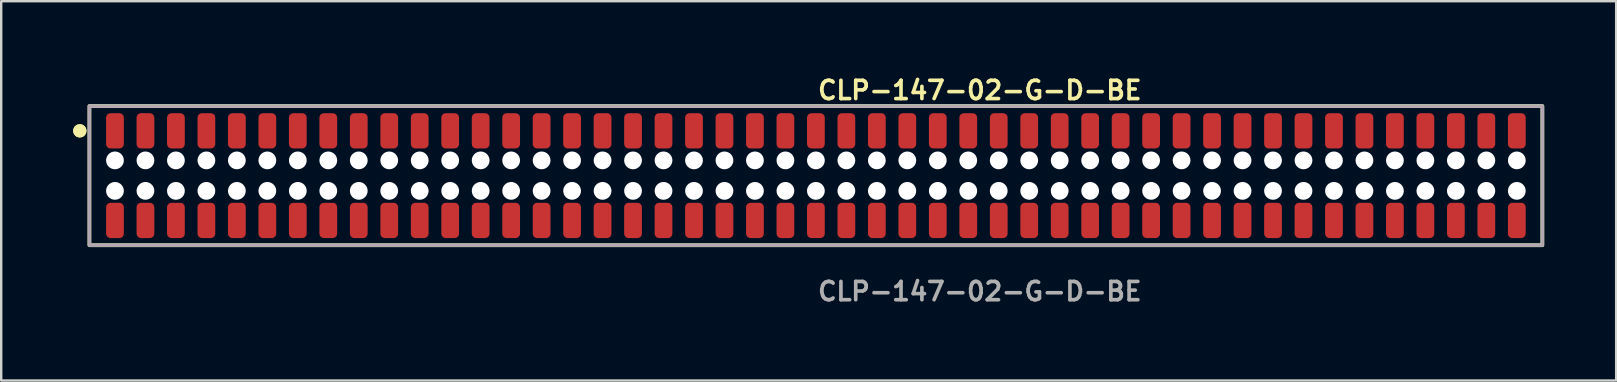
<source format=kicad_pcb>
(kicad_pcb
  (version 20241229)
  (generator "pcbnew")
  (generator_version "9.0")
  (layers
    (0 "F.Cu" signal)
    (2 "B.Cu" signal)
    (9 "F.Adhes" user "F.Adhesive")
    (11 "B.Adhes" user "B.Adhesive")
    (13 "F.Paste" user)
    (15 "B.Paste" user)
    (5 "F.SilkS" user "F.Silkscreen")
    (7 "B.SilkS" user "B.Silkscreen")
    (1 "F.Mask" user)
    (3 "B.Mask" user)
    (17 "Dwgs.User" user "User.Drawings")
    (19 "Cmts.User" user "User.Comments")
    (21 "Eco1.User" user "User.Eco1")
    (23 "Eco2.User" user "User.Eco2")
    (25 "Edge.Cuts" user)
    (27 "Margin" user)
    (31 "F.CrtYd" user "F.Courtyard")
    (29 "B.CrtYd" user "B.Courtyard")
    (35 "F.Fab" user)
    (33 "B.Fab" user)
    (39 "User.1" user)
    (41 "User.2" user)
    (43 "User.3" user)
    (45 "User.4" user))
  (footprint "CLP-147-02-G-D-BE"
    (layer "F.Cu")
    (at 30.951 4.269)
    (property "Reference" "CLP-147-02-G-D-BE" (at 0 -3.556 0) (unlocked yes) (layer "F.SilkS") (effects (font (size 0.762 0.762) (thickness 0.152)) (justify left)))
    (fp_rect (start -30.275 2.9) (end 30.275 -2.9) (stroke (width 0.152) (type solid)) (fill no) (layer "F.SilkS"))
    (fp_circle (center -30.675 -1.867) (end -30.875 -1.867) (stroke (width 0.152) (type solid)) (fill yes) (layer "F.SilkS"))
    (fp_circle (center -30.675 -1.867) (end -30.875 -1.867) (stroke (width 0.152) (type solid)) (fill yes) (layer "F.SilkS"))
    (fp_rect (start -30.275 2.9) (end 30.275 -2.9) (stroke (width 0.006) (type solid)) (fill no) (layer "F.CrtYd"))
    (fp_rect (start -30.275 2.9) (end 30.275 -2.9) (stroke (width 0.152) (type solid)) (fill no) (layer "F.Fab"))
    (fp_text user "${REFERENCE}" (at 0 4.826 0) (unlocked yes) (layer "F.Fab") (effects (font (size 0.762 0.762) (thickness 0.152)) (justify left)))
    (pad "" np_thru_hole circle (at -29.21 -0.635) (size 0.74 0.74) (drill 0.74) (layers "*.Cu" "*.Mask"))
    (pad "" np_thru_hole circle (at -29.21 0.635) (size 0.74 0.74) (drill 0.74) (layers "*.Cu" "*.Mask"))
    (pad "" np_thru_hole circle (at -27.94 -0.635) (size 0.74 0.74) (drill 0.74) (layers "*.Cu" "*.Mask"))
    (pad "" np_thru_hole circle (at -27.94 0.635) (size 0.74 0.74) (drill 0.74) (layers "*.Cu" "*.Mask"))
    (pad "" np_thru_hole circle (at -26.67 -0.635) (size 0.74 0.74) (drill 0.74) (layers "*.Cu" "*.Mask"))
    (pad "" np_thru_hole circle (at -26.67 0.635) (size 0.74 0.74) (drill 0.74) (layers "*.Cu" "*.Mask"))
    (pad "" np_thru_hole circle (at -25.4 -0.635) (size 0.74 0.74) (drill 0.74) (layers "*.Cu" "*.Mask"))
    (pad "" np_thru_hole circle (at -25.4 0.635) (size 0.74 0.74) (drill 0.74) (layers "*.Cu" "*.Mask"))
    (pad "" np_thru_hole circle (at -24.13 -0.635) (size 0.74 0.74) (drill 0.74) (layers "*.Cu" "*.Mask"))
    (pad "" np_thru_hole circle (at -24.13 0.635) (size 0.74 0.74) (drill 0.74) (layers "*.Cu" "*.Mask"))
    (pad "" np_thru_hole circle (at -22.86 -0.635) (size 0.74 0.74) (drill 0.74) (layers "*.Cu" "*.Mask"))
    (pad "" np_thru_hole circle (at -22.86 0.635) (size 0.74 0.74) (drill 0.74) (layers "*.Cu" "*.Mask"))
    (pad "" np_thru_hole circle (at -21.59 -0.635) (size 0.74 0.74) (drill 0.74) (layers "*.Cu" "*.Mask"))
    (pad "" np_thru_hole circle (at -21.59 0.635) (size 0.74 0.74) (drill 0.74) (layers "*.Cu" "*.Mask"))
    (pad "" np_thru_hole circle (at -20.32 -0.635) (size 0.74 0.74) (drill 0.74) (layers "*.Cu" "*.Mask"))
    (pad "" np_thru_hole circle (at -20.32 0.635) (size 0.74 0.74) (drill 0.74) (layers "*.Cu" "*.Mask"))
    (pad "" np_thru_hole circle (at -19.05 -0.635) (size 0.74 0.74) (drill 0.74) (layers "*.Cu" "*.Mask"))
    (pad "" np_thru_hole circle (at -19.05 0.635) (size 0.74 0.74) (drill 0.74) (layers "*.Cu" "*.Mask"))
    (pad "" np_thru_hole circle (at -17.78 -0.635) (size 0.74 0.74) (drill 0.74) (layers "*.Cu" "*.Mask"))
    (pad "" np_thru_hole circle (at -17.78 0.635) (size 0.74 0.74) (drill 0.74) (layers "*.Cu" "*.Mask"))
    (pad "" np_thru_hole circle (at -16.51 -0.635) (size 0.74 0.74) (drill 0.74) (layers "*.Cu" "*.Mask"))
    (pad "" np_thru_hole circle (at -16.51 0.635) (size 0.74 0.74) (drill 0.74) (layers "*.Cu" "*.Mask"))
    (pad "" np_thru_hole circle (at -15.24 -0.635) (size 0.74 0.74) (drill 0.74) (layers "*.Cu" "*.Mask"))
    (pad "" np_thru_hole circle (at -15.24 0.635) (size 0.74 0.74) (drill 0.74) (layers "*.Cu" "*.Mask"))
    (pad "" np_thru_hole circle (at -13.97 -0.635) (size 0.74 0.74) (drill 0.74) (layers "*.Cu" "*.Mask"))
    (pad "" np_thru_hole circle (at -13.97 0.635) (size 0.74 0.74) (drill 0.74) (layers "*.Cu" "*.Mask"))
    (pad "" np_thru_hole circle (at -12.7 -0.635) (size 0.74 0.74) (drill 0.74) (layers "*.Cu" "*.Mask"))
    (pad "" np_thru_hole circle (at -12.7 0.635) (size 0.74 0.74) (drill 0.74) (layers "*.Cu" "*.Mask"))
    (pad "" np_thru_hole circle (at -11.43 -0.635) (size 0.74 0.74) (drill 0.74) (layers "*.Cu" "*.Mask"))
    (pad "" np_thru_hole circle (at -11.43 0.635) (size 0.74 0.74) (drill 0.74) (layers "*.Cu" "*.Mask"))
    (pad "" np_thru_hole circle (at -10.16 -0.635) (size 0.74 0.74) (drill 0.74) (layers "*.Cu" "*.Mask"))
    (pad "" np_thru_hole circle (at -10.16 0.635) (size 0.74 0.74) (drill 0.74) (layers "*.Cu" "*.Mask"))
    (pad "" np_thru_hole circle (at -8.89 -0.635) (size 0.74 0.74) (drill 0.74) (layers "*.Cu" "*.Mask"))
    (pad "" np_thru_hole circle (at -8.89 0.635) (size 0.74 0.74) (drill 0.74) (layers "*.Cu" "*.Mask"))
    (pad "" np_thru_hole circle (at -7.62 -0.635) (size 0.74 0.74) (drill 0.74) (layers "*.Cu" "*.Mask"))
    (pad "" np_thru_hole circle (at -7.62 0.635) (size 0.74 0.74) (drill 0.74) (layers "*.Cu" "*.Mask"))
    (pad "" np_thru_hole circle (at -6.35 -0.635) (size 0.74 0.74) (drill 0.74) (layers "*.Cu" "*.Mask"))
    (pad "" np_thru_hole circle (at -6.35 0.635) (size 0.74 0.74) (drill 0.74) (layers "*.Cu" "*.Mask"))
    (pad "" np_thru_hole circle (at -5.08 -0.635) (size 0.74 0.74) (drill 0.74) (layers "*.Cu" "*.Mask"))
    (pad "" np_thru_hole circle (at -5.08 0.635) (size 0.74 0.74) (drill 0.74) (layers "*.Cu" "*.Mask"))
    (pad "" np_thru_hole circle (at -3.81 -0.635) (size 0.74 0.74) (drill 0.74) (layers "*.Cu" "*.Mask"))
    (pad "" np_thru_hole circle (at -3.81 0.635) (size 0.74 0.74) (drill 0.74) (layers "*.Cu" "*.Mask"))
    (pad "" np_thru_hole circle (at -2.54 -0.635) (size 0.74 0.74) (drill 0.74) (layers "*.Cu" "*.Mask"))
    (pad "" np_thru_hole circle (at -2.54 0.635) (size 0.74 0.74) (drill 0.74) (layers "*.Cu" "*.Mask"))
    (pad "" np_thru_hole circle (at -1.27 -0.635) (size 0.74 0.74) (drill 0.74) (layers "*.Cu" "*.Mask"))
    (pad "" np_thru_hole circle (at -1.27 0.635) (size 0.74 0.74) (drill 0.74) (layers "*.Cu" "*.Mask"))
    (pad "" np_thru_hole circle (at 0 -0.635) (size 0.74 0.74) (drill 0.74) (layers "*.Cu" "*.Mask"))
    (pad "" np_thru_hole circle (at 0 0.635) (size 0.74 0.74) (drill 0.74) (layers "*.Cu" "*.Mask"))
    (pad "" np_thru_hole circle (at 1.27 -0.635) (size 0.74 0.74) (drill 0.74) (layers "*.Cu" "*.Mask"))
    (pad "" np_thru_hole circle (at 1.27 0.635) (size 0.74 0.74) (drill 0.74) (layers "*.Cu" "*.Mask"))
    (pad "" np_thru_hole circle (at 2.54 -0.635) (size 0.74 0.74) (drill 0.74) (layers "*.Cu" "*.Mask"))
    (pad "" np_thru_hole circle (at 2.54 0.635) (size 0.74 0.74) (drill 0.74) (layers "*.Cu" "*.Mask"))
    (pad "" np_thru_hole circle (at 3.81 -0.635) (size 0.74 0.74) (drill 0.74) (layers "*.Cu" "*.Mask"))
    (pad "" np_thru_hole circle (at 3.81 0.635) (size 0.74 0.74) (drill 0.74) (layers "*.Cu" "*.Mask"))
    (pad "" np_thru_hole circle (at 5.08 -0.635) (size 0.74 0.74) (drill 0.74) (layers "*.Cu" "*.Mask"))
    (pad "" np_thru_hole circle (at 5.08 0.635) (size 0.74 0.74) (drill 0.74) (layers "*.Cu" "*.Mask"))
    (pad "" np_thru_hole circle (at 6.35 -0.635) (size 0.74 0.74) (drill 0.74) (layers "*.Cu" "*.Mask"))
    (pad "" np_thru_hole circle (at 6.35 0.635) (size 0.74 0.74) (drill 0.74) (layers "*.Cu" "*.Mask"))
    (pad "" np_thru_hole circle (at 7.62 -0.635) (size 0.74 0.74) (drill 0.74) (layers "*.Cu" "*.Mask"))
    (pad "" np_thru_hole circle (at 7.62 0.635) (size 0.74 0.74) (drill 0.74) (layers "*.Cu" "*.Mask"))
    (pad "" np_thru_hole circle (at 8.89 -0.635) (size 0.74 0.74) (drill 0.74) (layers "*.Cu" "*.Mask"))
    (pad "" np_thru_hole circle (at 8.89 0.635) (size 0.74 0.74) (drill 0.74) (layers "*.Cu" "*.Mask"))
    (pad "" np_thru_hole circle (at 10.16 -0.635) (size 0.74 0.74) (drill 0.74) (layers "*.Cu" "*.Mask"))
    (pad "" np_thru_hole circle (at 10.16 0.635) (size 0.74 0.74) (drill 0.74) (layers "*.Cu" "*.Mask"))
    (pad "" np_thru_hole circle (at 11.43 -0.635) (size 0.74 0.74) (drill 0.74) (layers "*.Cu" "*.Mask"))
    (pad "" np_thru_hole circle (at 11.43 0.635) (size 0.74 0.74) (drill 0.74) (layers "*.Cu" "*.Mask"))
    (pad "" np_thru_hole circle (at 12.7 -0.635) (size 0.74 0.74) (drill 0.74) (layers "*.Cu" "*.Mask"))
    (pad "" np_thru_hole circle (at 12.7 0.635) (size 0.74 0.74) (drill 0.74) (layers "*.Cu" "*.Mask"))
    (pad "" np_thru_hole circle (at 13.97 -0.635) (size 0.74 0.74) (drill 0.74) (layers "*.Cu" "*.Mask"))
    (pad "" np_thru_hole circle (at 13.97 0.635) (size 0.74 0.74) (drill 0.74) (layers "*.Cu" "*.Mask"))
    (pad "" np_thru_hole circle (at 15.24 -0.635) (size 0.74 0.74) (drill 0.74) (layers "*.Cu" "*.Mask"))
    (pad "" np_thru_hole circle (at 15.24 0.635) (size 0.74 0.74) (drill 0.74) (layers "*.Cu" "*.Mask"))
    (pad "" np_thru_hole circle (at 16.51 -0.635) (size 0.74 0.74) (drill 0.74) (layers "*.Cu" "*.Mask"))
    (pad "" np_thru_hole circle (at 16.51 0.635) (size 0.74 0.74) (drill 0.74) (layers "*.Cu" "*.Mask"))
    (pad "" np_thru_hole circle (at 17.78 -0.635) (size 0.74 0.74) (drill 0.74) (layers "*.Cu" "*.Mask"))
    (pad "" np_thru_hole circle (at 17.78 0.635) (size 0.74 0.74) (drill 0.74) (layers "*.Cu" "*.Mask"))
    (pad "" np_thru_hole circle (at 19.05 -0.635) (size 0.74 0.74) (drill 0.74) (layers "*.Cu" "*.Mask"))
    (pad "" np_thru_hole circle (at 19.05 0.635) (size 0.74 0.74) (drill 0.74) (layers "*.Cu" "*.Mask"))
    (pad "" np_thru_hole circle (at 20.32 -0.635) (size 0.74 0.74) (drill 0.74) (layers "*.Cu" "*.Mask"))
    (pad "" np_thru_hole circle (at 20.32 0.635) (size 0.74 0.74) (drill 0.74) (layers "*.Cu" "*.Mask"))
    (pad "" np_thru_hole circle (at 21.59 -0.635) (size 0.74 0.74) (drill 0.74) (layers "*.Cu" "*.Mask"))
    (pad "" np_thru_hole circle (at 21.59 0.635) (size 0.74 0.74) (drill 0.74) (layers "*.Cu" "*.Mask"))
    (pad "" np_thru_hole circle (at 22.86 -0.635) (size 0.74 0.74) (drill 0.74) (layers "*.Cu" "*.Mask"))
    (pad "" np_thru_hole circle (at 22.86 0.635) (size 0.74 0.74) (drill 0.74) (layers "*.Cu" "*.Mask"))
    (pad "" np_thru_hole circle (at 24.13 -0.635) (size 0.74 0.74) (drill 0.74) (layers "*.Cu" "*.Mask"))
    (pad "" np_thru_hole circle (at 24.13 0.635) (size 0.74 0.74) (drill 0.74) (layers "*.Cu" "*.Mask"))
    (pad "" np_thru_hole circle (at 25.4 -0.635) (size 0.74 0.74) (drill 0.74) (layers "*.Cu" "*.Mask"))
    (pad "" np_thru_hole circle (at 25.4 0.635) (size 0.74 0.74) (drill 0.74) (layers "*.Cu" "*.Mask"))
    (pad "" np_thru_hole circle (at 26.67 -0.635) (size 0.74 0.74) (drill 0.74) (layers "*.Cu" "*.Mask"))
    (pad "" np_thru_hole circle (at 26.67 0.635) (size 0.74 0.74) (drill 0.74) (layers "*.Cu" "*.Mask"))
    (pad "" np_thru_hole circle (at 27.94 -0.635) (size 0.74 0.74) (drill 0.74) (layers "*.Cu" "*.Mask"))
    (pad "" np_thru_hole circle (at 27.94 0.635) (size 0.74 0.74) (drill 0.74) (layers "*.Cu" "*.Mask"))
    (pad "" np_thru_hole circle (at 29.21 -0.635) (size 0.74 0.74) (drill 0.74) (layers "*.Cu" "*.Mask"))
    (pad "" np_thru_hole circle (at 29.21 0.635) (size 0.74 0.74) (drill 0.74) (layers "*.Cu" "*.Mask"))
    (pad "1" smd roundrect (at -29.21 -1.867) (size 0.74 1.47) (layers "F.Cu" "F.Paste") (roundrect_rratio 0.25))
    (pad "2" smd roundrect (at -29.21 1.867) (size 0.74 1.47) (layers "F.Cu" "F.Paste") (roundrect_rratio 0.25))
    (pad "3" smd roundrect (at -27.94 -1.867) (size 0.74 1.47) (layers "F.Cu" "F.Paste") (roundrect_rratio 0.25))
    (pad "4" smd roundrect (at -27.94 1.867) (size 0.74 1.47) (layers "F.Cu" "F.Paste") (roundrect_rratio 0.25))
    (pad "5" smd roundrect (at -26.67 -1.867) (size 0.74 1.47) (layers "F.Cu" "F.Paste") (roundrect_rratio 0.25))
    (pad "6" smd roundrect (at -26.67 1.867) (size 0.74 1.47) (layers "F.Cu" "F.Paste") (roundrect_rratio 0.25))
    (pad "7" smd roundrect (at -25.4 -1.867) (size 0.74 1.47) (layers "F.Cu" "F.Paste") (roundrect_rratio 0.25))
    (pad "8" smd roundrect (at -25.4 1.867) (size 0.74 1.47) (layers "F.Cu" "F.Paste") (roundrect_rratio 0.25))
    (pad "9" smd roundrect (at -24.13 -1.867) (size 0.74 1.47) (layers "F.Cu" "F.Paste") (roundrect_rratio 0.25))
    (pad "10" smd roundrect (at -24.13 1.867) (size 0.74 1.47) (layers "F.Cu" "F.Paste") (roundrect_rratio 0.25))
    (pad "11" smd roundrect (at -22.86 -1.867) (size 0.74 1.47) (layers "F.Cu" "F.Paste") (roundrect_rratio 0.25))
    (pad "12" smd roundrect (at -22.86 1.867) (size 0.74 1.47) (layers "F.Cu" "F.Paste") (roundrect_rratio 0.25))
    (pad "13" smd roundrect (at -21.59 -1.867) (size 0.74 1.47) (layers "F.Cu" "F.Paste") (roundrect_rratio 0.25))
    (pad "14" smd roundrect (at -21.59 1.867) (size 0.74 1.47) (layers "F.Cu" "F.Paste") (roundrect_rratio 0.25))
    (pad "15" smd roundrect (at -20.32 -1.867) (size 0.74 1.47) (layers "F.Cu" "F.Paste") (roundrect_rratio 0.25))
    (pad "16" smd roundrect (at -20.32 1.867) (size 0.74 1.47) (layers "F.Cu" "F.Paste") (roundrect_rratio 0.25))
    (pad "17" smd roundrect (at -19.05 -1.867) (size 0.74 1.47) (layers "F.Cu" "F.Paste") (roundrect_rratio 0.25))
    (pad "18" smd roundrect (at -19.05 1.867) (size 0.74 1.47) (layers "F.Cu" "F.Paste") (roundrect_rratio 0.25))
    (pad "19" smd roundrect (at -17.78 -1.867) (size 0.74 1.47) (layers "F.Cu" "F.Paste") (roundrect_rratio 0.25))
    (pad "20" smd roundrect (at -17.78 1.867) (size 0.74 1.47) (layers "F.Cu" "F.Paste") (roundrect_rratio 0.25))
    (pad "21" smd roundrect (at -16.51 -1.867) (size 0.74 1.47) (layers "F.Cu" "F.Paste") (roundrect_rratio 0.25))
    (pad "22" smd roundrect (at -16.51 1.867) (size 0.74 1.47) (layers "F.Cu" "F.Paste") (roundrect_rratio 0.25))
    (pad "23" smd roundrect (at -15.24 -1.867) (size 0.74 1.47) (layers "F.Cu" "F.Paste") (roundrect_rratio 0.25))
    (pad "24" smd roundrect (at -15.24 1.867) (size 0.74 1.47) (layers "F.Cu" "F.Paste") (roundrect_rratio 0.25))
    (pad "25" smd roundrect (at -13.97 -1.867) (size 0.74 1.47) (layers "F.Cu" "F.Paste") (roundrect_rratio 0.25))
    (pad "26" smd roundrect (at -13.97 1.867) (size 0.74 1.47) (layers "F.Cu" "F.Paste") (roundrect_rratio 0.25))
    (pad "27" smd roundrect (at -12.7 -1.867) (size 0.74 1.47) (layers "F.Cu" "F.Paste") (roundrect_rratio 0.25))
    (pad "28" smd roundrect (at -12.7 1.867) (size 0.74 1.47) (layers "F.Cu" "F.Paste") (roundrect_rratio 0.25))
    (pad "29" smd roundrect (at -11.43 -1.867) (size 0.74 1.47) (layers "F.Cu" "F.Paste") (roundrect_rratio 0.25))
    (pad "30" smd roundrect (at -11.43 1.867) (size 0.74 1.47) (layers "F.Cu" "F.Paste") (roundrect_rratio 0.25))
    (pad "31" smd roundrect (at -10.16 -1.867) (size 0.74 1.47) (layers "F.Cu" "F.Paste") (roundrect_rratio 0.25))
    (pad "32" smd roundrect (at -10.16 1.867) (size 0.74 1.47) (layers "F.Cu" "F.Paste") (roundrect_rratio 0.25))
    (pad "33" smd roundrect (at -8.89 -1.867) (size 0.74 1.47) (layers "F.Cu" "F.Paste") (roundrect_rratio 0.25))
    (pad "34" smd roundrect (at -8.89 1.867) (size 0.74 1.47) (layers "F.Cu" "F.Paste") (roundrect_rratio 0.25))
    (pad "35" smd roundrect (at -7.62 -1.867) (size 0.74 1.47) (layers "F.Cu" "F.Paste") (roundrect_rratio 0.25))
    (pad "36" smd roundrect (at -7.62 1.867) (size 0.74 1.47) (layers "F.Cu" "F.Paste") (roundrect_rratio 0.25))
    (pad "37" smd roundrect (at -6.35 -1.867) (size 0.74 1.47) (layers "F.Cu" "F.Paste") (roundrect_rratio 0.25))
    (pad "38" smd roundrect (at -6.35 1.867) (size 0.74 1.47) (layers "F.Cu" "F.Paste") (roundrect_rratio 0.25))
    (pad "39" smd roundrect (at -5.08 -1.867) (size 0.74 1.47) (layers "F.Cu" "F.Paste") (roundrect_rratio 0.25))
    (pad "40" smd roundrect (at -5.08 1.867) (size 0.74 1.47) (layers "F.Cu" "F.Paste") (roundrect_rratio 0.25))
    (pad "41" smd roundrect (at -3.81 -1.867) (size 0.74 1.47) (layers "F.Cu" "F.Paste") (roundrect_rratio 0.25))
    (pad "42" smd roundrect (at -3.81 1.867) (size 0.74 1.47) (layers "F.Cu" "F.Paste") (roundrect_rratio 0.25))
    (pad "43" smd roundrect (at -2.54 -1.867) (size 0.74 1.47) (layers "F.Cu" "F.Paste") (roundrect_rratio 0.25))
    (pad "44" smd roundrect (at -2.54 1.867) (size 0.74 1.47) (layers "F.Cu" "F.Paste") (roundrect_rratio 0.25))
    (pad "45" smd roundrect (at -1.27 -1.867) (size 0.74 1.47) (layers "F.Cu" "F.Paste") (roundrect_rratio 0.25))
    (pad "46" smd roundrect (at -1.27 1.867) (size 0.74 1.47) (layers "F.Cu" "F.Paste") (roundrect_rratio 0.25))
    (pad "47" smd roundrect (at 0 -1.867) (size 0.74 1.47) (layers "F.Cu" "F.Paste") (roundrect_rratio 0.25))
    (pad "48" smd roundrect (at 0 1.867) (size 0.74 1.47) (layers "F.Cu" "F.Paste") (roundrect_rratio 0.25))
    (pad "49" smd roundrect (at 1.27 -1.867) (size 0.74 1.47) (layers "F.Cu" "F.Paste") (roundrect_rratio 0.25))
    (pad "50" smd roundrect (at 1.27 1.867) (size 0.74 1.47) (layers "F.Cu" "F.Paste") (roundrect_rratio 0.25))
    (pad "51" smd roundrect (at 2.54 -1.867) (size 0.74 1.47) (layers "F.Cu" "F.Paste") (roundrect_rratio 0.25))
    (pad "52" smd roundrect (at 2.54 1.867) (size 0.74 1.47) (layers "F.Cu" "F.Paste") (roundrect_rratio 0.25))
    (pad "53" smd roundrect (at 3.81 -1.867) (size 0.74 1.47) (layers "F.Cu" "F.Paste") (roundrect_rratio 0.25))
    (pad "54" smd roundrect (at 3.81 1.867) (size 0.74 1.47) (layers "F.Cu" "F.Paste") (roundrect_rratio 0.25))
    (pad "55" smd roundrect (at 5.08 -1.867) (size 0.74 1.47) (layers "F.Cu" "F.Paste") (roundrect_rratio 0.25))
    (pad "56" smd roundrect (at 5.08 1.867) (size 0.74 1.47) (layers "F.Cu" "F.Paste") (roundrect_rratio 0.25))
    (pad "57" smd roundrect (at 6.35 -1.867) (size 0.74 1.47) (layers "F.Cu" "F.Paste") (roundrect_rratio 0.25))
    (pad "58" smd roundrect (at 6.35 1.867) (size 0.74 1.47) (layers "F.Cu" "F.Paste") (roundrect_rratio 0.25))
    (pad "59" smd roundrect (at 7.62 -1.867) (size 0.74 1.47) (layers "F.Cu" "F.Paste") (roundrect_rratio 0.25))
    (pad "60" smd roundrect (at 7.62 1.867) (size 0.74 1.47) (layers "F.Cu" "F.Paste") (roundrect_rratio 0.25))
    (pad "61" smd roundrect (at 8.89 -1.867) (size 0.74 1.47) (layers "F.Cu" "F.Paste") (roundrect_rratio 0.25))
    (pad "62" smd roundrect (at 8.89 1.867) (size 0.74 1.47) (layers "F.Cu" "F.Paste") (roundrect_rratio 0.25))
    (pad "63" smd roundrect (at 10.16 -1.867) (size 0.74 1.47) (layers "F.Cu" "F.Paste") (roundrect_rratio 0.25))
    (pad "64" smd roundrect (at 10.16 1.867) (size 0.74 1.47) (layers "F.Cu" "F.Paste") (roundrect_rratio 0.25))
    (pad "65" smd roundrect (at 11.43 -1.867) (size 0.74 1.47) (layers "F.Cu" "F.Paste") (roundrect_rratio 0.25))
    (pad "66" smd roundrect (at 11.43 1.867) (size 0.74 1.47) (layers "F.Cu" "F.Paste") (roundrect_rratio 0.25))
    (pad "67" smd roundrect (at 12.7 -1.867) (size 0.74 1.47) (layers "F.Cu" "F.Paste") (roundrect_rratio 0.25))
    (pad "68" smd roundrect (at 12.7 1.867) (size 0.74 1.47) (layers "F.Cu" "F.Paste") (roundrect_rratio 0.25))
    (pad "69" smd roundrect (at 13.97 -1.867) (size 0.74 1.47) (layers "F.Cu" "F.Paste") (roundrect_rratio 0.25))
    (pad "70" smd roundrect (at 13.97 1.867) (size 0.74 1.47) (layers "F.Cu" "F.Paste") (roundrect_rratio 0.25))
    (pad "71" smd roundrect (at 15.24 -1.867) (size 0.74 1.47) (layers "F.Cu" "F.Paste") (roundrect_rratio 0.25))
    (pad "72" smd roundrect (at 15.24 1.867) (size 0.74 1.47) (layers "F.Cu" "F.Paste") (roundrect_rratio 0.25))
    (pad "73" smd roundrect (at 16.51 -1.867) (size 0.74 1.47) (layers "F.Cu" "F.Paste") (roundrect_rratio 0.25))
    (pad "74" smd roundrect (at 16.51 1.867) (size 0.74 1.47) (layers "F.Cu" "F.Paste") (roundrect_rratio 0.25))
    (pad "75" smd roundrect (at 17.78 -1.867) (size 0.74 1.47) (layers "F.Cu" "F.Paste") (roundrect_rratio 0.25))
    (pad "76" smd roundrect (at 17.78 1.867) (size 0.74 1.47) (layers "F.Cu" "F.Paste") (roundrect_rratio 0.25))
    (pad "77" smd roundrect (at 19.05 -1.867) (size 0.74 1.47) (layers "F.Cu" "F.Paste") (roundrect_rratio 0.25))
    (pad "78" smd roundrect (at 19.05 1.867) (size 0.74 1.47) (layers "F.Cu" "F.Paste") (roundrect_rratio 0.25))
    (pad "79" smd roundrect (at 20.32 -1.867) (size 0.74 1.47) (layers "F.Cu" "F.Paste") (roundrect_rratio 0.25))
    (pad "80" smd roundrect (at 20.32 1.867) (size 0.74 1.47) (layers "F.Cu" "F.Paste") (roundrect_rratio 0.25))
    (pad "81" smd roundrect (at 21.59 -1.867) (size 0.74 1.47) (layers "F.Cu" "F.Paste") (roundrect_rratio 0.25))
    (pad "82" smd roundrect (at 21.59 1.867) (size 0.74 1.47) (layers "F.Cu" "F.Paste") (roundrect_rratio 0.25))
    (pad "83" smd roundrect (at 22.86 -1.867) (size 0.74 1.47) (layers "F.Cu" "F.Paste") (roundrect_rratio 0.25))
    (pad "84" smd roundrect (at 22.86 1.867) (size 0.74 1.47) (layers "F.Cu" "F.Paste") (roundrect_rratio 0.25))
    (pad "85" smd roundrect (at 24.13 -1.867) (size 0.74 1.47) (layers "F.Cu" "F.Paste") (roundrect_rratio 0.25))
    (pad "86" smd roundrect (at 24.13 1.867) (size 0.74 1.47) (layers "F.Cu" "F.Paste") (roundrect_rratio 0.25))
    (pad "87" smd roundrect (at 25.4 -1.867) (size 0.74 1.47) (layers "F.Cu" "F.Paste") (roundrect_rratio 0.25))
    (pad "88" smd roundrect (at 25.4 1.867) (size 0.74 1.47) (layers "F.Cu" "F.Paste") (roundrect_rratio 0.25))
    (pad "89" smd roundrect (at 26.67 -1.867) (size 0.74 1.47) (layers "F.Cu" "F.Paste") (roundrect_rratio 0.25))
    (pad "90" smd roundrect (at 26.67 1.867) (size 0.74 1.47) (layers "F.Cu" "F.Paste") (roundrect_rratio 0.25))
    (pad "91" smd roundrect (at 27.94 -1.867) (size 0.74 1.47) (layers "F.Cu" "F.Paste") (roundrect_rratio 0.25))
    (pad "92" smd roundrect (at 27.94 1.867) (size 0.74 1.47) (layers "F.Cu" "F.Paste") (roundrect_rratio 0.25))
    (pad "93" smd roundrect (at 29.21 -1.867) (size 0.74 1.47) (layers "F.Cu" "F.Paste") (roundrect_rratio 0.25))
    (pad "94" smd roundrect (at 29.21 1.867) (size 0.74 1.47) (layers "F.Cu" "F.Paste") (roundrect_rratio 0.25)))
  (gr_rect
    (start -3 -3)
    (end 64.302 12.808)
    (stroke (width 0.1) (type default))
    (fill no)
    (layer "Edge.Cuts")))
</source>
